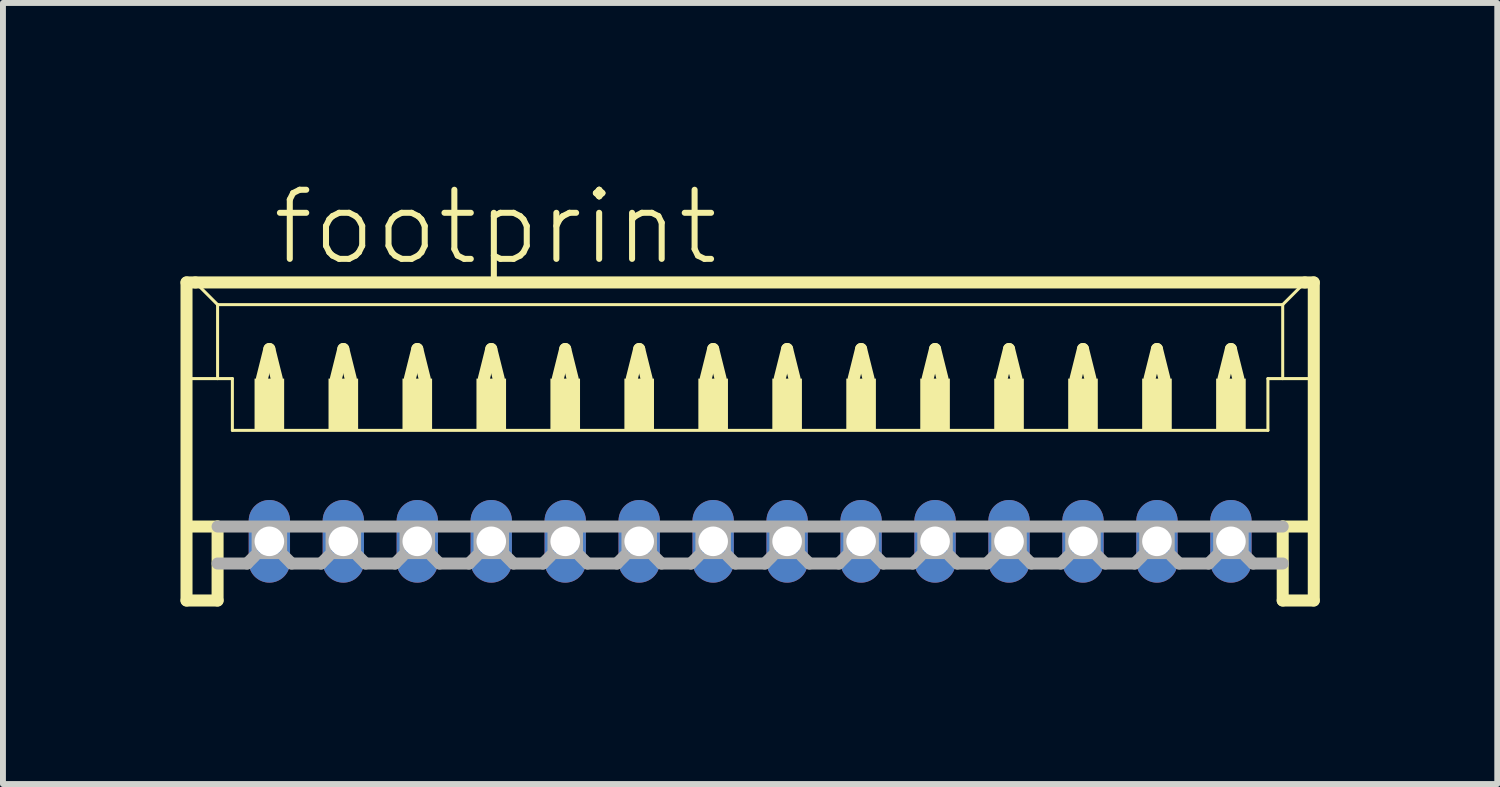
<source format=kicad_pcb>
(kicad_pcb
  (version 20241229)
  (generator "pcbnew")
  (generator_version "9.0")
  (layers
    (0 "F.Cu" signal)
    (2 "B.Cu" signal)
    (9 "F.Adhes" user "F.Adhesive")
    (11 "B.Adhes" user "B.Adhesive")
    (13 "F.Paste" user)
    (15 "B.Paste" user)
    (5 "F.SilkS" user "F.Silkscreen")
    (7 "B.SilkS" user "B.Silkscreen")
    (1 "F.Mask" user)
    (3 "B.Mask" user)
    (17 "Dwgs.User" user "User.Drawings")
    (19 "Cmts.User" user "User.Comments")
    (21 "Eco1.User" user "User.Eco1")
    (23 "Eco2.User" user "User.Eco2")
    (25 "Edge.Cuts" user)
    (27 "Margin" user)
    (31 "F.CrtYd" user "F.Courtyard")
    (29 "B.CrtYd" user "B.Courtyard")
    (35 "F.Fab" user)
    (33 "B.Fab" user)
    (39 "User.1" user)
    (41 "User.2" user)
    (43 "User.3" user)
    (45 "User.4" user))
  (footprint "footprint"
    (layer "F.Cu")
    (at 9.627 4.848)
    (property "Reference" "footprint" (at -8.125 -3.375 0) (layer "F.SilkS") (effects (font (size 1.168 1.168) (thickness 0.102)) (justify left bottom)))
    (fp_line (start -9.525 -3.125) (end -9.525 2.25) (stroke (width 0.203) (type solid)) (layer "F.SilkS"))
    (fp_line (start -9.525 2.25) (end -9 2.25) (stroke (width 0.203) (type solid)) (layer "F.SilkS"))
    (fp_line (start -9.5 -1.5) (end -9 -1.5) (stroke (width 0.051) (type solid)) (layer "F.SilkS"))
    (fp_line (start -9.5 1) (end -9 1) (stroke (width 0.203) (type solid)) (layer "F.SilkS"))
    (fp_line (start -9.375 -3.125) (end -9.525 -3.125) (stroke (width 0.203) (type solid)) (layer "F.SilkS"))
    (fp_line (start -9 -2.75) (end -9.375 -3.125) (stroke (width 0.051) (type solid)) (layer "F.SilkS"))
    (fp_line (start -9 -2.75) (end 9 -2.75) (stroke (width 0.051) (type solid)) (layer "F.SilkS"))
    (fp_line (start -9 -1.5) (end -9 -2.75) (stroke (width 0.051) (type solid)) (layer "F.SilkS"))
    (fp_line (start -9 -1.5) (end -8.75 -1.5) (stroke (width 0.051) (type solid)) (layer "F.SilkS"))
    (fp_line (start -9 1) (end -9 2.25) (stroke (width 0.203) (type solid)) (layer "F.SilkS"))
    (fp_line (start -8.75 -1.5) (end -8.75 -0.625) (stroke (width 0.051) (type solid)) (layer "F.SilkS"))
    (fp_line (start -8.75 -0.625) (end 8.75 -0.625) (stroke (width 0.051) (type solid)) (layer "F.SilkS"))
    (fp_line (start -8.25 -1.5) (end -8.125 -2) (stroke (width 0.203) (type solid)) (layer "F.SilkS"))
    (fp_line (start -8.125 -2) (end -8 -1.5) (stroke (width 0.203) (type solid)) (layer "F.SilkS"))
    (fp_line (start -7 -1.5) (end -6.875 -2) (stroke (width 0.203) (type solid)) (layer "F.SilkS"))
    (fp_line (start -6.875 -2) (end -6.75 -1.5) (stroke (width 0.203) (type solid)) (layer "F.SilkS"))
    (fp_line (start -5.75 -1.5) (end -5.625 -2) (stroke (width 0.203) (type solid)) (layer "F.SilkS"))
    (fp_line (start -5.625 -2) (end -5.5 -1.5) (stroke (width 0.203) (type solid)) (layer "F.SilkS"))
    (fp_line (start -4.5 -1.5) (end -4.375 -2) (stroke (width 0.203) (type solid)) (layer "F.SilkS"))
    (fp_line (start -4.375 -2) (end -4.25 -1.5) (stroke (width 0.203) (type solid)) (layer "F.SilkS"))
    (fp_line (start -3.25 -1.5) (end -3.125 -2) (stroke (width 0.203) (type solid)) (layer "F.SilkS"))
    (fp_line (start -3.125 -2) (end -3 -1.5) (stroke (width 0.203) (type solid)) (layer "F.SilkS"))
    (fp_line (start -2 -1.5) (end -1.875 -2) (stroke (width 0.203) (type solid)) (layer "F.SilkS"))
    (fp_line (start -1.875 -2) (end -1.75 -1.5) (stroke (width 0.203) (type solid)) (layer "F.SilkS"))
    (fp_line (start -0.75 -1.5) (end -0.625 -2) (stroke (width 0.203) (type solid)) (layer "F.SilkS"))
    (fp_line (start -0.625 -2) (end -0.5 -1.5) (stroke (width 0.203) (type solid)) (layer "F.SilkS"))
    (fp_line (start 0.5 -1.5) (end 0.625 -2) (stroke (width 0.203) (type solid)) (layer "F.SilkS"))
    (fp_line (start 0.625 -2) (end 0.75 -1.5) (stroke (width 0.203) (type solid)) (layer "F.SilkS"))
    (fp_line (start 1.75 -1.5) (end 1.875 -2) (stroke (width 0.203) (type solid)) (layer "F.SilkS"))
    (fp_line (start 1.875 -2) (end 2 -1.5) (stroke (width 0.203) (type solid)) (layer "F.SilkS"))
    (fp_line (start 3 -1.5) (end 3.125 -2) (stroke (width 0.203) (type solid)) (layer "F.SilkS"))
    (fp_line (start 3.125 -2) (end 3.25 -1.5) (stroke (width 0.203) (type solid)) (layer "F.SilkS"))
    (fp_line (start 4.25 -1.5) (end 4.375 -2) (stroke (width 0.203) (type solid)) (layer "F.SilkS"))
    (fp_line (start 4.375 -2) (end 4.5 -1.5) (stroke (width 0.203) (type solid)) (layer "F.SilkS"))
    (fp_line (start 5.5 -1.5) (end 5.625 -2) (stroke (width 0.203) (type solid)) (layer "F.SilkS"))
    (fp_line (start 5.625 -2) (end 5.75 -1.5) (stroke (width 0.203) (type solid)) (layer "F.SilkS"))
    (fp_line (start 6.75 -1.5) (end 6.875 -2) (stroke (width 0.203) (type solid)) (layer "F.SilkS"))
    (fp_line (start 6.875 -2) (end 7 -1.5) (stroke (width 0.203) (type solid)) (layer "F.SilkS"))
    (fp_line (start 8 -1.5) (end 8.125 -2) (stroke (width 0.203) (type solid)) (layer "F.SilkS"))
    (fp_line (start 8.125 -2) (end 8.25 -1.5) (stroke (width 0.203) (type solid)) (layer "F.SilkS"))
    (fp_line (start 8.75 -1.5) (end 8.75 -0.625) (stroke (width 0.051) (type solid)) (layer "F.SilkS"))
    (fp_line (start 8.75 -1.5) (end 9 -1.5) (stroke (width 0.051) (type solid)) (layer "F.SilkS"))
    (fp_line (start 9 -2.75) (end 9 -1.5) (stroke (width 0.051) (type solid)) (layer "F.SilkS"))
    (fp_line (start 9 -2.75) (end 9.375 -3.125) (stroke (width 0.051) (type solid)) (layer "F.SilkS"))
    (fp_line (start 9 -1.5) (end 9.5 -1.5) (stroke (width 0.051) (type solid)) (layer "F.SilkS"))
    (fp_line (start 9 1) (end 9 2.25) (stroke (width 0.203) (type solid)) (layer "F.SilkS"))
    (fp_line (start 9 1) (end 9.5 1) (stroke (width 0.203) (type solid)) (layer "F.SilkS"))
    (fp_line (start 9 2.25) (end 9.525 2.25) (stroke (width 0.203) (type solid)) (layer "F.SilkS"))
    (fp_line (start 9.375 -3.125) (end -9.375 -3.125) (stroke (width 0.203) (type solid)) (layer "F.SilkS"))
    (fp_line (start 9.525 -3.125) (end 9.375 -3.125) (stroke (width 0.203) (type solid)) (layer "F.SilkS"))
    (fp_line (start 9.525 2.25) (end 9.525 -3.125) (stroke (width 0.203) (type solid)) (layer "F.SilkS"))
    (fp_poly (pts (xy -8.375 -0.625) (xy -7.875 -0.625) (xy -7.875 -1.5) (xy -8.375 -1.5)) (stroke (width 0) (type solid)) (fill yes) (layer "F.SilkS"))
    (fp_poly (pts (xy -7.125 -0.625) (xy -6.625 -0.625) (xy -6.625 -1.5) (xy -7.125 -1.5)) (stroke (width 0) (type solid)) (fill yes) (layer "F.SilkS"))
    (fp_poly (pts (xy -5.875 -0.625) (xy -5.375 -0.625) (xy -5.375 -1.5) (xy -5.875 -1.5)) (stroke (width 0) (type solid)) (fill yes) (layer "F.SilkS"))
    (fp_poly (pts (xy -4.625 -0.625) (xy -4.125 -0.625) (xy -4.125 -1.5) (xy -4.625 -1.5)) (stroke (width 0) (type solid)) (fill yes) (layer "F.SilkS"))
    (fp_poly (pts (xy -3.375 -0.625) (xy -2.875 -0.625) (xy -2.875 -1.5) (xy -3.375 -1.5)) (stroke (width 0) (type solid)) (fill yes) (layer "F.SilkS"))
    (fp_poly (pts (xy -2.125 -0.625) (xy -1.625 -0.625) (xy -1.625 -1.5) (xy -2.125 -1.5)) (stroke (width 0) (type solid)) (fill yes) (layer "F.SilkS"))
    (fp_poly (pts (xy -0.875 -0.625) (xy -0.375 -0.625) (xy -0.375 -1.5) (xy -0.875 -1.5)) (stroke (width 0) (type solid)) (fill yes) (layer "F.SilkS"))
    (fp_poly (pts (xy 0.375 -0.625) (xy 0.875 -0.625) (xy 0.875 -1.5) (xy 0.375 -1.5)) (stroke (width 0) (type solid)) (fill yes) (layer "F.SilkS"))
    (fp_poly (pts (xy 1.625 -0.625) (xy 2.125 -0.625) (xy 2.125 -1.5) (xy 1.625 -1.5)) (stroke (width 0) (type solid)) (fill yes) (layer "F.SilkS"))
    (fp_poly (pts (xy 2.875 -0.625) (xy 3.375 -0.625) (xy 3.375 -1.5) (xy 2.875 -1.5)) (stroke (width 0) (type solid)) (fill yes) (layer "F.SilkS"))
    (fp_poly (pts (xy 4.125 -0.625) (xy 4.625 -0.625) (xy 4.625 -1.5) (xy 4.125 -1.5)) (stroke (width 0) (type solid)) (fill yes) (layer "F.SilkS"))
    (fp_poly (pts (xy 5.375 -0.625) (xy 5.875 -0.625) (xy 5.875 -1.5) (xy 5.375 -1.5)) (stroke (width 0) (type solid)) (fill yes) (layer "F.SilkS"))
    (fp_poly (pts (xy 6.625 -0.625) (xy 7.125 -0.625) (xy 7.125 -1.5) (xy 6.625 -1.5)) (stroke (width 0) (type solid)) (fill yes) (layer "F.SilkS"))
    (fp_poly (pts (xy 7.875 -0.625) (xy 8.375 -0.625) (xy 8.375 -1.5) (xy 7.875 -1.5)) (stroke (width 0) (type solid)) (fill yes) (layer "F.SilkS"))
    (fp_line (start -9 1) (end 9 1) (stroke (width 0.203) (type solid)) (layer "F.Fab"))
    (fp_line (start -8.5 1.625) (end -9 1.625) (stroke (width 0.203) (type solid)) (layer "F.Fab"))
    (fp_line (start -8.375 1.5) (end -8.5 1.625) (stroke (width 0.203) (type solid)) (layer "F.Fab"))
    (fp_line (start -7.875 1.5) (end -7.75 1.625) (stroke (width 0.203) (type solid)) (layer "F.Fab"))
    (fp_line (start -7.25 1.625) (end -7.75 1.625) (stroke (width 0.203) (type solid)) (layer "F.Fab"))
    (fp_line (start -7.125 1.5) (end -7.25 1.625) (stroke (width 0.203) (type solid)) (layer "F.Fab"))
    (fp_line (start -6.625 1.5) (end -6.5 1.625) (stroke (width 0.203) (type solid)) (layer "F.Fab"))
    (fp_line (start -6 1.625) (end -6.5 1.625) (stroke (width 0.203) (type solid)) (layer "F.Fab"))
    (fp_line (start -5.875 1.5) (end -6 1.625) (stroke (width 0.203) (type solid)) (layer "F.Fab"))
    (fp_line (start -5.375 1.5) (end -5.25 1.625) (stroke (width 0.203) (type solid)) (layer "F.Fab"))
    (fp_line (start -4.75 1.625) (end -5.25 1.625) (stroke (width 0.203) (type solid)) (layer "F.Fab"))
    (fp_line (start -4.625 1.5) (end -4.75 1.625) (stroke (width 0.203) (type solid)) (layer "F.Fab"))
    (fp_line (start -4.125 1.5) (end -4 1.625) (stroke (width 0.203) (type solid)) (layer "F.Fab"))
    (fp_line (start -3.5 1.625) (end -4 1.625) (stroke (width 0.203) (type solid)) (layer "F.Fab"))
    (fp_line (start -3.375 1.5) (end -3.5 1.625) (stroke (width 0.203) (type solid)) (layer "F.Fab"))
    (fp_line (start -2.875 1.5) (end -2.75 1.625) (stroke (width 0.203) (type solid)) (layer "F.Fab"))
    (fp_line (start -2.25 1.625) (end -2.75 1.625) (stroke (width 0.203) (type solid)) (layer "F.Fab"))
    (fp_line (start -2.125 1.5) (end -2.25 1.625) (stroke (width 0.203) (type solid)) (layer "F.Fab"))
    (fp_line (start -1.625 1.5) (end -1.5 1.625) (stroke (width 0.203) (type solid)) (layer "F.Fab"))
    (fp_line (start -1 1.625) (end -1.5 1.625) (stroke (width 0.203) (type solid)) (layer "F.Fab"))
    (fp_line (start -0.875 1.5) (end -1 1.625) (stroke (width 0.203) (type solid)) (layer "F.Fab"))
    (fp_line (start -0.375 1.5) (end -0.25 1.625) (stroke (width 0.203) (type solid)) (layer "F.Fab"))
    (fp_line (start 0.25 1.625) (end -0.25 1.625) (stroke (width 0.203) (type solid)) (layer "F.Fab"))
    (fp_line (start 0.375 1.5) (end 0.25 1.625) (stroke (width 0.203) (type solid)) (layer "F.Fab"))
    (fp_line (start 0.875 1.5) (end 1 1.625) (stroke (width 0.203) (type solid)) (layer "F.Fab"))
    (fp_line (start 1.5 1.625) (end 1 1.625) (stroke (width 0.203) (type solid)) (layer "F.Fab"))
    (fp_line (start 1.625 1.5) (end 1.5 1.625) (stroke (width 0.203) (type solid)) (layer "F.Fab"))
    (fp_line (start 2.125 1.5) (end 2.25 1.625) (stroke (width 0.203) (type solid)) (layer "F.Fab"))
    (fp_line (start 2.75 1.625) (end 2.25 1.625) (stroke (width 0.203) (type solid)) (layer "F.Fab"))
    (fp_line (start 2.875 1.5) (end 2.75 1.625) (stroke (width 0.203) (type solid)) (layer "F.Fab"))
    (fp_line (start 3.375 1.5) (end 3.5 1.625) (stroke (width 0.203) (type solid)) (layer "F.Fab"))
    (fp_line (start 4 1.625) (end 3.5 1.625) (stroke (width 0.203) (type solid)) (layer "F.Fab"))
    (fp_line (start 4.125 1.5) (end 4 1.625) (stroke (width 0.203) (type solid)) (layer "F.Fab"))
    (fp_line (start 4.625 1.5) (end 4.75 1.625) (stroke (width 0.203) (type solid)) (layer "F.Fab"))
    (fp_line (start 5.25 1.625) (end 4.75 1.625) (stroke (width 0.203) (type solid)) (layer "F.Fab"))
    (fp_line (start 5.375 1.5) (end 5.25 1.625) (stroke (width 0.203) (type solid)) (layer "F.Fab"))
    (fp_line (start 5.875 1.5) (end 6 1.625) (stroke (width 0.203) (type solid)) (layer "F.Fab"))
    (fp_line (start 6.5 1.625) (end 6 1.625) (stroke (width 0.203) (type solid)) (layer "F.Fab"))
    (fp_line (start 6.625 1.5) (end 6.5 1.625) (stroke (width 0.203) (type solid)) (layer "F.Fab"))
    (fp_line (start 7.125 1.5) (end 7.25 1.625) (stroke (width 0.203) (type solid)) (layer "F.Fab"))
    (fp_line (start 7.75 1.625) (end 7.25 1.625) (stroke (width 0.203) (type solid)) (layer "F.Fab"))
    (fp_line (start 7.875 1.5) (end 7.75 1.625) (stroke (width 0.203) (type solid)) (layer "F.Fab"))
    (fp_line (start 8.375 1.5) (end 8.5 1.625) (stroke (width 0.203) (type solid)) (layer "F.Fab"))
    (fp_line (start 9 1.625) (end 8.5 1.625) (stroke (width 0.203) (type solid)) (layer "F.Fab"))
    (fp_poly (pts (xy -8.375 1.5) (xy -7.875 1.5) (xy -7.875 1) (xy -8.375 1)) (stroke (width 0.1) (type solid)) (fill no) (layer "F.Fab"))
    (fp_poly (pts (xy -7.125 1.5) (xy -6.625 1.5) (xy -6.625 1) (xy -7.125 1)) (stroke (width 0.1) (type solid)) (fill no) (layer "F.Fab"))
    (fp_poly (pts (xy -5.875 1.5) (xy -5.375 1.5) (xy -5.375 1) (xy -5.875 1)) (stroke (width 0.1) (type solid)) (fill no) (layer "F.Fab"))
    (fp_poly (pts (xy -4.625 1.5) (xy -4.125 1.5) (xy -4.125 1) (xy -4.625 1)) (stroke (width 0.1) (type solid)) (fill no) (layer "F.Fab"))
    (fp_poly (pts (xy -3.375 1.5) (xy -2.875 1.5) (xy -2.875 1) (xy -3.375 1)) (stroke (width 0.1) (type solid)) (fill no) (layer "F.Fab"))
    (fp_poly (pts (xy -2.125 1.5) (xy -1.625 1.5) (xy -1.625 1) (xy -2.125 1)) (stroke (width 0.1) (type solid)) (fill no) (layer "F.Fab"))
    (fp_poly (pts (xy -0.875 1.5) (xy -0.375 1.5) (xy -0.375 1) (xy -0.875 1)) (stroke (width 0.1) (type solid)) (fill no) (layer "F.Fab"))
    (fp_poly (pts (xy 0.375 1.5) (xy 0.875 1.5) (xy 0.875 1) (xy 0.375 1)) (stroke (width 0.1) (type solid)) (fill no) (layer "F.Fab"))
    (fp_poly (pts (xy 1.625 1.5) (xy 2.125 1.5) (xy 2.125 1) (xy 1.625 1)) (stroke (width 0.1) (type solid)) (fill no) (layer "F.Fab"))
    (fp_poly (pts (xy 2.875 1.5) (xy 3.375 1.5) (xy 3.375 1) (xy 2.875 1)) (stroke (width 0.1) (type solid)) (fill no) (layer "F.Fab"))
    (fp_poly (pts (xy 4.125 1.5) (xy 4.625 1.5) (xy 4.625 1) (xy 4.125 1)) (stroke (width 0.1) (type solid)) (fill no) (layer "F.Fab"))
    (fp_poly (pts (xy 5.375 1.5) (xy 5.875 1.5) (xy 5.875 1) (xy 5.375 1)) (stroke (width 0.1) (type solid)) (fill no) (layer "F.Fab"))
    (fp_poly (pts (xy 6.625 1.5) (xy 7.125 1.5) (xy 7.125 1) (xy 6.625 1)) (stroke (width 0.1) (type solid)) (fill no) (layer "F.Fab"))
    (fp_poly (pts (xy 7.875 1.5) (xy 8.375 1.5) (xy 8.375 1) (xy 7.875 1)) (stroke (width 0.1) (type solid)) (fill no) (layer "F.Fab"))
    (pad "1" thru_hole oval (at 8.125 1.25 90) (size 1.397 0.698) (drill 0.5) (layers "*.Cu" "*.Mask"))
    (pad "2" thru_hole oval (at 6.875 1.25 90) (size 1.397 0.698) (drill 0.5) (layers "*.Cu" "*.Mask"))
    (pad "3" thru_hole oval (at 5.625 1.25 90) (size 1.397 0.698) (drill 0.5) (layers "*.Cu" "*.Mask"))
    (pad "4" thru_hole oval (at 4.375 1.25 90) (size 1.397 0.698) (drill 0.5) (layers "*.Cu" "*.Mask"))
    (pad "5" thru_hole oval (at 3.125 1.25 90) (size 1.397 0.698) (drill 0.5) (layers "*.Cu" "*.Mask"))
    (pad "6" thru_hole oval (at 1.875 1.25 90) (size 1.397 0.698) (drill 0.5) (layers "*.Cu" "*.Mask"))
    (pad "7" thru_hole oval (at 0.625 1.25 90) (size 1.397 0.698) (drill 0.5) (layers "*.Cu" "*.Mask"))
    (pad "8" thru_hole oval (at -0.625 1.25 90) (size 1.397 0.698) (drill 0.5) (layers "*.Cu" "*.Mask"))
    (pad "9" thru_hole oval (at -1.875 1.25 90) (size 1.397 0.698) (drill 0.5) (layers "*.Cu" "*.Mask"))
    (pad "10" thru_hole oval (at -3.125 1.25 90) (size 1.397 0.698) (drill 0.5) (layers "*.Cu" "*.Mask"))
    (pad "11" thru_hole oval (at -4.375 1.25 90) (size 1.397 0.698) (drill 0.5) (layers "*.Cu" "*.Mask"))
    (pad "12" thru_hole oval (at -5.625 1.25 90) (size 1.397 0.698) (drill 0.5) (layers "*.Cu" "*.Mask"))
    (pad "13" thru_hole oval (at -6.875 1.25 90) (size 1.397 0.698) (drill 0.5) (layers "*.Cu" "*.Mask"))
    (pad "14" thru_hole oval (at -8.125 1.25 90) (size 1.397 0.698) (drill 0.5) (layers "*.Cu" "*.Mask")))
  (gr_rect
    (start -3 -3)
    (end 22.253 10.2)
    (stroke (width 0.1) (type default))
    (fill no)
    (layer "Edge.Cuts")))
</source>
